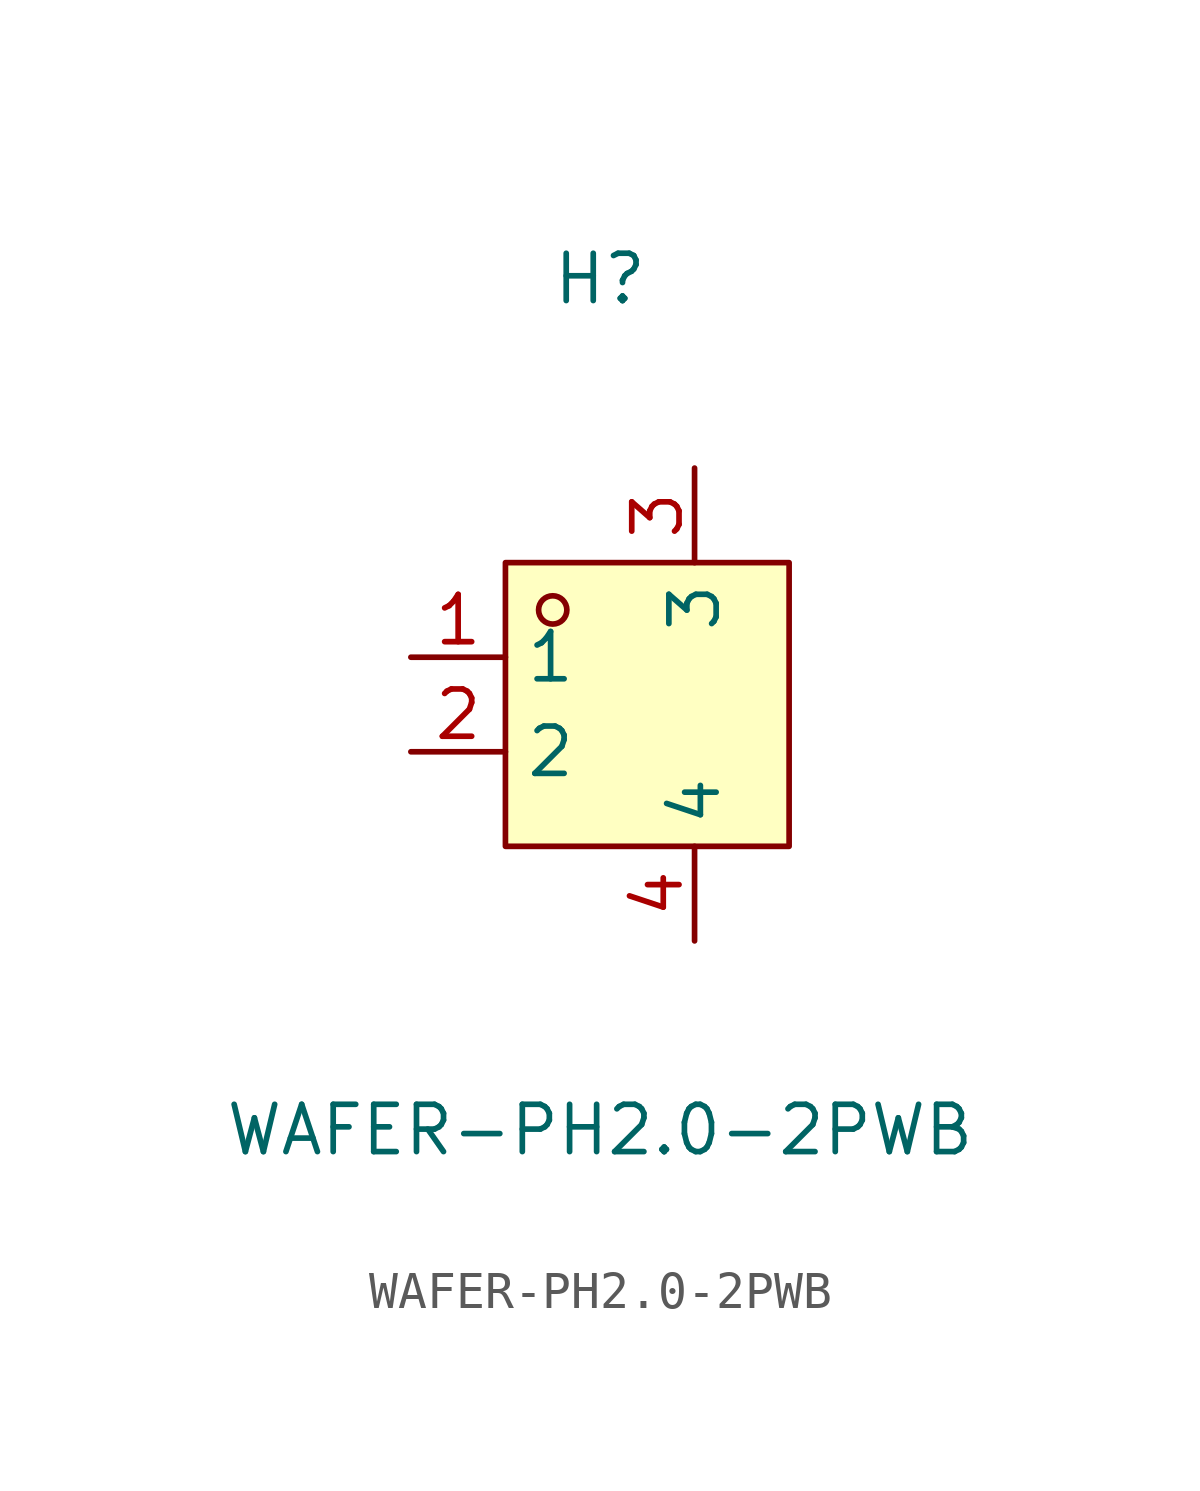
<source format=kicad_sym>
(kicad_symbol_lib
  (version 20211014)
  (generator https://github.com/uPesy/easyeda2kicad.py)
  (symbol "WAFER-PH2.0-2PWB"
    (property "Reference" "H"
      (at 0 11.43 0)
      (effects (font (size 1.27 1.27))))
    (property "Value" "WAFER-PH2.0-2PWB"
      (at 0 -11.43 0)
      (effects (font (size 1.27 1.27))))
    (symbol "WAFER-PH2.0-2PWB_0_1"
      (rectangle (start -2.54 3.81) (end 5.08 -3.81) (stroke (width 0) (type default) (color 0 0 0 0)) (fill (type background)))
      (circle (center -1.27 2.54) (radius 0.38) (stroke (width 0) (type default) (color 0 0 0 0)) (fill (type none)))
      (pin unspecified line (at -5.08 1.27 0) (length 2.54) (name "1" (effects (font (size 1.27 1.27)))) (number "1" (effects (font (size 1.27 1.27)))))
      (pin unspecified line (at -5.08 -1.27 0) (length 2.54) (name "2" (effects (font (size 1.27 1.27)))) (number "2" (effects (font (size 1.27 1.27)))))
      (pin unspecified line (at 2.54 -6.35 90) (length 2.54) (name "4" (effects (font (size 1.27 1.27)))) (number "4" (effects (font (size 1.27 1.27)))))
      (pin unspecified line (at 2.54 6.35 270) (length 2.54) (name "3" (effects (font (size 1.27 1.27)))) (number "3" (effects (font (size 1.27 1.27))))))))
</source>
